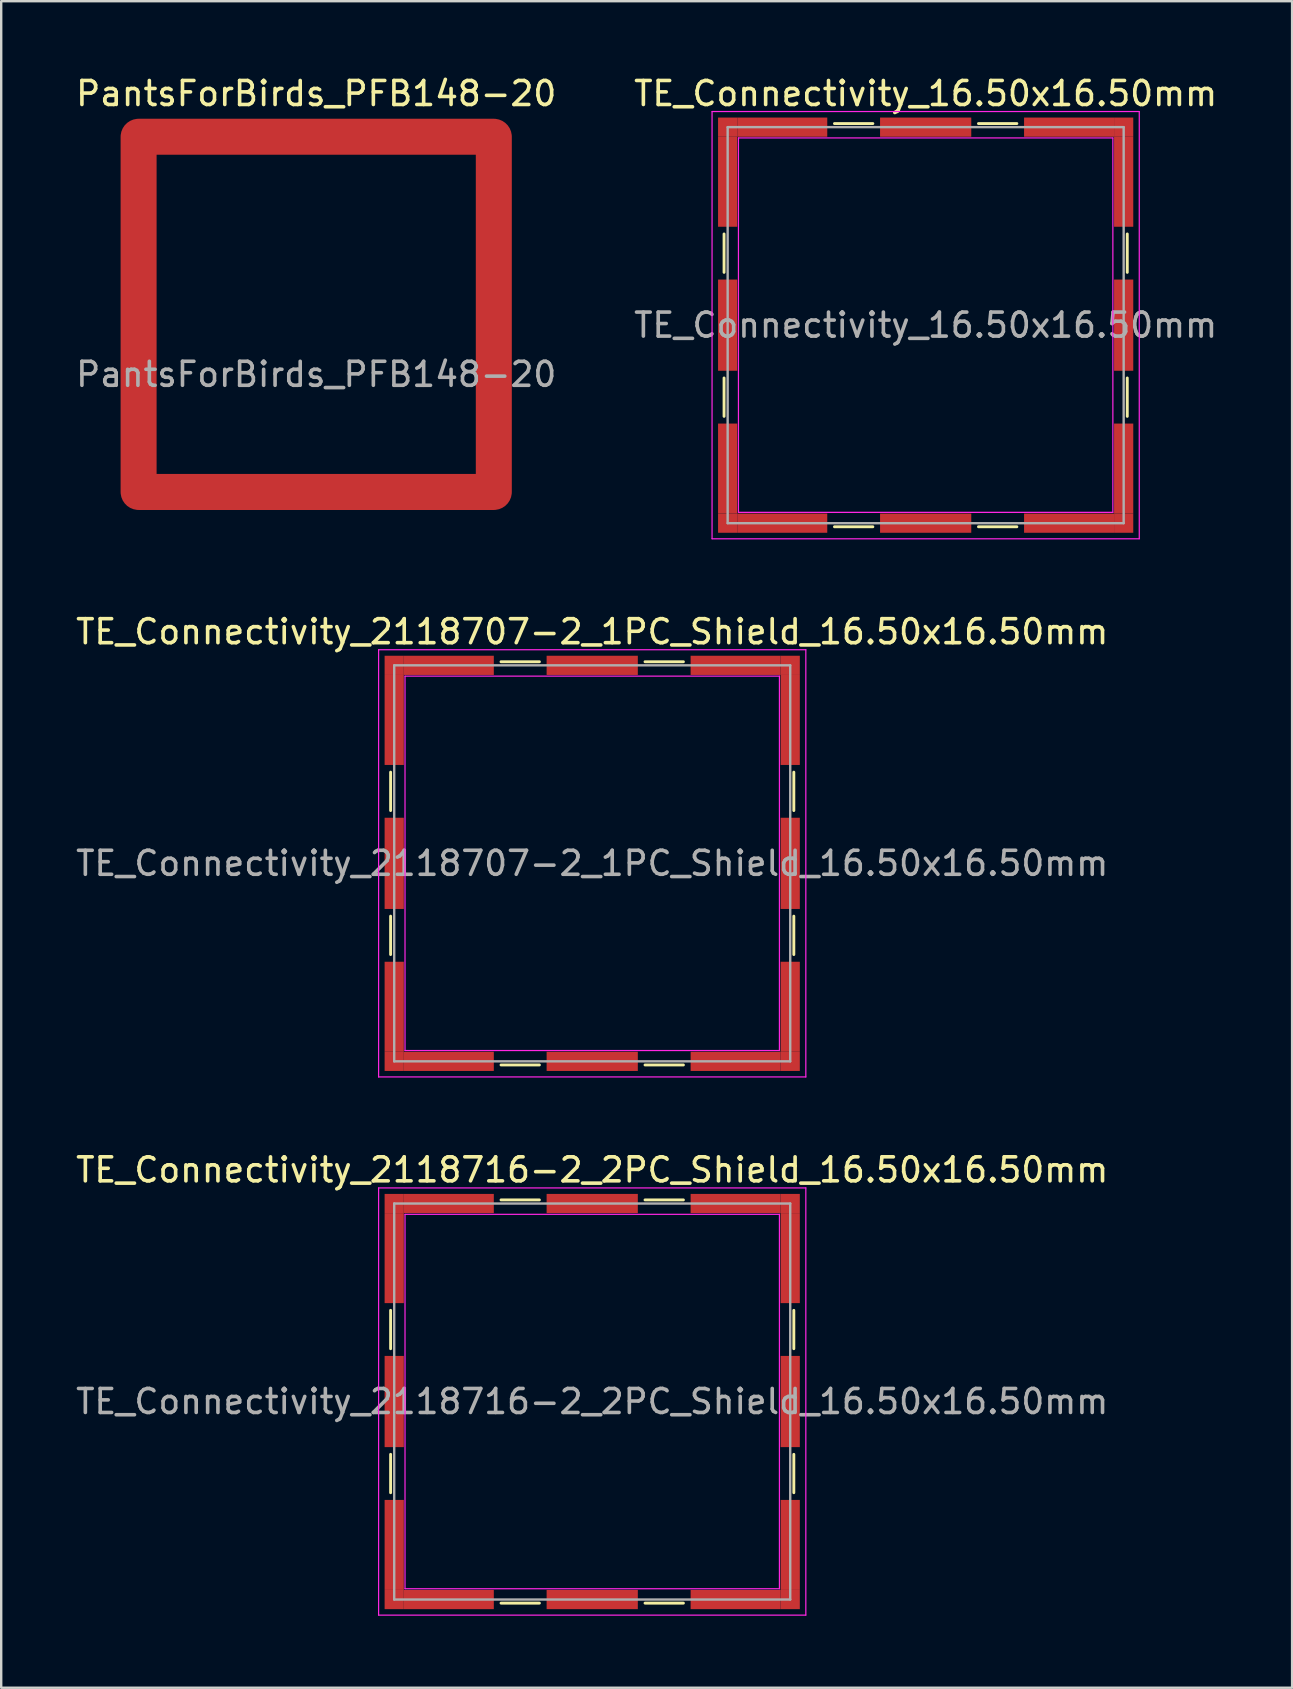
<source format=kicad_pcb>
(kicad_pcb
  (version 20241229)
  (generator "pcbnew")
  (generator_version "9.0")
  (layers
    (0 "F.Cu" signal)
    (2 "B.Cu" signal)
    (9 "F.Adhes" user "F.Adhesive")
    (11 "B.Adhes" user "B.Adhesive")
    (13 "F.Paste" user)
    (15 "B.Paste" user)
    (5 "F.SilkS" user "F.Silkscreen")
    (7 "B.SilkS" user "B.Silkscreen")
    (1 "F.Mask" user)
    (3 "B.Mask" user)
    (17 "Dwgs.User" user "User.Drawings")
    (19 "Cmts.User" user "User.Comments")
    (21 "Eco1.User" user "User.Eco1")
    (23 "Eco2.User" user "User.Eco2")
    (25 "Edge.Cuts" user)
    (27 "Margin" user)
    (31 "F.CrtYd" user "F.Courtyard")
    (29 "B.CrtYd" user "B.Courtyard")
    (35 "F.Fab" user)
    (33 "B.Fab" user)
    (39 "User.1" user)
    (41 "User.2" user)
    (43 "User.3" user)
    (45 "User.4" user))
  (footprint "TE_Connectivity_16.50x16.50mm"
    (layer "F.Cu")
    (at 35.518 10.498)
    (property "Reference" "TE_Connectivity_16.50x16.50mm" (at 0 -9.65 0) (layer "F.SilkS") (effects (font (size 1 1) (thickness 0.15))))
    (attr smd)
    (fp_line (start -8.4 -3.8) (end -8.4 -2.2) (stroke (width 0.12) (type solid)) (layer "F.SilkS"))
    (fp_line (start -8.4 2.2) (end -8.4 3.8) (stroke (width 0.12) (type solid)) (layer "F.SilkS"))
    (fp_line (start -3.8 -8.4) (end -2.2 -8.4) (stroke (width 0.12) (type solid)) (layer "F.SilkS"))
    (fp_line (start -3.8 8.4) (end -2.2 8.4) (stroke (width 0.12) (type solid)) (layer "F.SilkS"))
    (fp_line (start 2.2 -8.4) (end 3.8 -8.4) (stroke (width 0.12) (type solid)) (layer "F.SilkS"))
    (fp_line (start 2.2 8.4) (end 3.8 8.4) (stroke (width 0.12) (type solid)) (layer "F.SilkS"))
    (fp_line (start 8.4 -3.8) (end 8.4 -2.2) (stroke (width 0.12) (type solid)) (layer "F.SilkS"))
    (fp_line (start 8.4 2.2) (end 8.4 3.8) (stroke (width 0.12) (type solid)) (layer "F.SilkS"))
    (fp_line (start -8.9 -8.9) (end -8.9 8.9) (stroke (width 0.05) (type solid)) (layer "F.CrtYd"))
    (fp_line (start -8.9 8.9) (end 8.9 8.9) (stroke (width 0.05) (type solid)) (layer "F.CrtYd"))
    (fp_line (start -7.8 -7.8) (end -7.8 7.8) (stroke (width 0.05) (type solid)) (layer "F.CrtYd"))
    (fp_line (start 7.8 -7.8) (end -7.8 -7.8) (stroke (width 0.05) (type solid)) (layer "F.CrtYd"))
    (fp_line (start 7.8 -7.8) (end 7.8 7.8) (stroke (width 0.05) (type solid)) (layer "F.CrtYd"))
    (fp_line (start 7.8 7.8) (end -7.8 7.8) (stroke (width 0.05) (type solid)) (layer "F.CrtYd"))
    (fp_line (start 8.9 -8.9) (end -8.9 -8.9) (stroke (width 0.05) (type solid)) (layer "F.CrtYd"))
    (fp_line (start 8.9 8.9) (end 8.9 -8.9) (stroke (width 0.05) (type solid)) (layer "F.CrtYd"))
    (fp_line (start -8.25 -8.25) (end -8.25 8.25) (stroke (width 0.1) (type solid)) (layer "F.Fab"))
    (fp_line (start -8.25 8.25) (end 8.25 8.25) (stroke (width 0.1) (type solid)) (layer "F.Fab"))
    (fp_line (start 8.25 -8.25) (end -8.25 -8.25) (stroke (width 0.1) (type solid)) (layer "F.Fab"))
    (fp_line (start 8.25 8.25) (end 8.25 -8.25) (stroke (width 0.1) (type solid)) (layer "F.Fab"))
    (fp_text user "${REFERENCE}" (at 0 0 0) (layer "F.Fab") (effects (font (size 1 1) (thickness 0.15))))
    (pad "1" smd rect (at -8.25 -8.25) (size 0.8 0.8) (layers "F.Cu" "F.Mask" "F.Paste"))
    (pad "1" smd rect (at -8.25 -5.975) (size 0.8 3.75) (layers "F.Cu" "F.Mask" "F.Paste"))
    (pad "1" smd rect (at -8.25 0) (size 0.8 3.8) (layers "F.Cu" "F.Mask" "F.Paste"))
    (pad "1" smd rect (at -8.25 5.975) (size 0.8 3.75) (layers "F.Cu" "F.Mask" "F.Paste"))
    (pad "1" smd rect (at -8.25 8.25) (size 0.8 0.8) (layers "F.Cu" "F.Mask" "F.Paste"))
    (pad "1" smd rect (at -5.975 -8.25) (size 3.75 0.8) (layers "F.Cu" "F.Mask" "F.Paste"))
    (pad "1" smd rect (at -5.975 8.25) (size 3.75 0.8) (layers "F.Cu" "F.Mask" "F.Paste"))
    (pad "1" smd rect (at 0 -8.25 90) (size 0.8 3.8) (layers "F.Cu" "F.Mask" "F.Paste"))
    (pad "1" smd rect (at 0 8.25 90) (size 0.8 3.8) (layers "F.Cu" "F.Mask" "F.Paste"))
    (pad "1" smd rect (at 5.975 -8.25) (size 3.75 0.8) (layers "F.Cu" "F.Mask" "F.Paste"))
    (pad "1" smd rect (at 5.975 8.25) (size 3.75 0.8) (layers "F.Cu" "F.Mask" "F.Paste"))
    (pad "1" smd rect (at 8.25 -8.25) (size 0.8 0.8) (layers "F.Cu" "F.Mask" "F.Paste"))
    (pad "1" smd rect (at 8.25 -5.975) (size 0.8 3.75) (layers "F.Cu" "F.Mask" "F.Paste"))
    (pad "1" smd rect (at 8.25 0) (size 0.8 3.8) (layers "F.Cu" "F.Mask" "F.Paste"))
    (pad "1" smd rect (at 8.25 5.975) (size 0.8 3.75) (layers "F.Cu" "F.Mask" "F.Paste"))
    (pad "1" smd rect (at 8.25 8.25) (size 0.8 0.8) (layers "F.Cu" "F.Mask" "F.Paste")))
  (footprint "PantsForBirds_PFB148-20"
    (layer "F.Cu")
    (at 10.125 10.048)
    (property "Reference" "PantsForBirds_PFB148-20" (at 0 -9.2 0) (unlocked yes) (layer "F.SilkS") (effects (font (size 1 1) (thickness 0.15))))
    (attr smd)
    (fp_text user "${REFERENCE}" (at 0 2.5 0) (unlocked yes) (layer "F.Fab") (effects (font (size 1 1) (thickness 0.15))))
    (pad "1" smd custom (at 0 -7.4) (size 0.6 0.7) (layers "F.Cu" "F.Mask" "F.Paste") (options (anchor rect)) (primitives (gr_rect (start -7.4 0) (end 7.4 14.8) (width 1.5) (fill no)))))
  (footprint "TE_Connectivity_2118716-2_2PC_Shield_16.50x16.50mm"
    (layer "F.Cu")
    (at 21.625 55.345)
    (property "Reference" "TE_Connectivity_2118716-2_2PC_Shield_16.50x16.50mm" (at 0 -9.65 0) (layer "F.SilkS") (effects (font (size 1 1) (thickness 0.15))))
    (attr smd)
    (fp_line (start -8.4 -3.8) (end -8.4 -2.2) (stroke (width 0.12) (type solid)) (layer "F.SilkS"))
    (fp_line (start -8.4 2.2) (end -8.4 3.8) (stroke (width 0.12) (type solid)) (layer "F.SilkS"))
    (fp_line (start -3.8 -8.4) (end -2.2 -8.4) (stroke (width 0.12) (type solid)) (layer "F.SilkS"))
    (fp_line (start -3.8 8.4) (end -2.2 8.4) (stroke (width 0.12) (type solid)) (layer "F.SilkS"))
    (fp_line (start 2.2 -8.4) (end 3.8 -8.4) (stroke (width 0.12) (type solid)) (layer "F.SilkS"))
    (fp_line (start 2.2 8.4) (end 3.8 8.4) (stroke (width 0.12) (type solid)) (layer "F.SilkS"))
    (fp_line (start 8.4 -3.8) (end 8.4 -2.2) (stroke (width 0.12) (type solid)) (layer "F.SilkS"))
    (fp_line (start 8.4 2.2) (end 8.4 3.8) (stroke (width 0.12) (type solid)) (layer "F.SilkS"))
    (fp_line (start -8.9 -8.9) (end -8.9 8.9) (stroke (width 0.05) (type solid)) (layer "F.CrtYd"))
    (fp_line (start -8.9 8.9) (end 8.9 8.9) (stroke (width 0.05) (type solid)) (layer "F.CrtYd"))
    (fp_line (start -7.8 -7.8) (end -7.8 7.8) (stroke (width 0.05) (type solid)) (layer "F.CrtYd"))
    (fp_line (start 7.8 -7.8) (end -7.8 -7.8) (stroke (width 0.05) (type solid)) (layer "F.CrtYd"))
    (fp_line (start 7.8 -7.8) (end 7.8 7.8) (stroke (width 0.05) (type solid)) (layer "F.CrtYd"))
    (fp_line (start 7.8 7.8) (end -7.8 7.8) (stroke (width 0.05) (type solid)) (layer "F.CrtYd"))
    (fp_line (start 8.9 -8.9) (end -8.9 -8.9) (stroke (width 0.05) (type solid)) (layer "F.CrtYd"))
    (fp_line (start 8.9 8.9) (end 8.9 -8.9) (stroke (width 0.05) (type solid)) (layer "F.CrtYd"))
    (fp_line (start -8.25 -8.25) (end -8.25 8.25) (stroke (width 0.1) (type solid)) (layer "F.Fab"))
    (fp_line (start -8.25 8.25) (end 8.25 8.25) (stroke (width 0.1) (type solid)) (layer "F.Fab"))
    (fp_line (start 8.25 -8.25) (end -8.25 -8.25) (stroke (width 0.1) (type solid)) (layer "F.Fab"))
    (fp_line (start 8.25 8.25) (end 8.25 -8.25) (stroke (width 0.1) (type solid)) (layer "F.Fab"))
    (fp_text user "${REFERENCE}" (at 0 0 0) (layer "F.Fab") (effects (font (size 1 1) (thickness 0.15))))
    (pad "1" smd rect (at -8.25 -8.25) (size 0.8 0.8) (layers "F.Cu" "F.Mask" "F.Paste"))
    (pad "1" smd rect (at -8.25 -5.975) (size 0.8 3.75) (layers "F.Cu" "F.Mask" "F.Paste"))
    (pad "1" smd rect (at -8.25 0) (size 0.8 3.8) (layers "F.Cu" "F.Mask" "F.Paste"))
    (pad "1" smd rect (at -8.25 5.975) (size 0.8 3.75) (layers "F.Cu" "F.Mask" "F.Paste"))
    (pad "1" smd rect (at -8.25 8.25) (size 0.8 0.8) (layers "F.Cu" "F.Mask" "F.Paste"))
    (pad "1" smd rect (at -5.975 -8.25) (size 3.75 0.8) (layers "F.Cu" "F.Mask" "F.Paste"))
    (pad "1" smd rect (at -5.975 8.25) (size 3.75 0.8) (layers "F.Cu" "F.Mask" "F.Paste"))
    (pad "1" smd rect (at 0 -8.25 90) (size 0.8 3.8) (layers "F.Cu" "F.Mask" "F.Paste"))
    (pad "1" smd rect (at 0 8.25 90) (size 0.8 3.8) (layers "F.Cu" "F.Mask" "F.Paste"))
    (pad "1" smd rect (at 5.975 -8.25) (size 3.75 0.8) (layers "F.Cu" "F.Mask" "F.Paste"))
    (pad "1" smd rect (at 5.975 8.25) (size 3.75 0.8) (layers "F.Cu" "F.Mask" "F.Paste"))
    (pad "1" smd rect (at 8.25 -8.25) (size 0.8 0.8) (layers "F.Cu" "F.Mask" "F.Paste"))
    (pad "1" smd rect (at 8.25 -5.975) (size 0.8 3.75) (layers "F.Cu" "F.Mask" "F.Paste"))
    (pad "1" smd rect (at 8.25 0) (size 0.8 3.8) (layers "F.Cu" "F.Mask" "F.Paste"))
    (pad "1" smd rect (at 8.25 5.975) (size 0.8 3.75) (layers "F.Cu" "F.Mask" "F.Paste"))
    (pad "1" smd rect (at 8.25 8.25) (size 0.8 0.8) (layers "F.Cu" "F.Mask" "F.Paste")))
  (footprint "TE_Connectivity_2118707-2_1PC_Shield_16.50x16.50mm"
    (layer "F.Cu")
    (at 21.625 32.922)
    (property "Reference" "TE_Connectivity_2118707-2_1PC_Shield_16.50x16.50mm" (at 0 -9.65 0) (layer "F.SilkS") (effects (font (size 1 1) (thickness 0.15))))
    (attr smd)
    (fp_line (start -8.4 -3.8) (end -8.4 -2.2) (stroke (width 0.12) (type solid)) (layer "F.SilkS"))
    (fp_line (start -8.4 2.2) (end -8.4 3.8) (stroke (width 0.12) (type solid)) (layer "F.SilkS"))
    (fp_line (start -3.8 -8.4) (end -2.2 -8.4) (stroke (width 0.12) (type solid)) (layer "F.SilkS"))
    (fp_line (start -3.8 8.4) (end -2.2 8.4) (stroke (width 0.12) (type solid)) (layer "F.SilkS"))
    (fp_line (start 2.2 -8.4) (end 3.8 -8.4) (stroke (width 0.12) (type solid)) (layer "F.SilkS"))
    (fp_line (start 2.2 8.4) (end 3.8 8.4) (stroke (width 0.12) (type solid)) (layer "F.SilkS"))
    (fp_line (start 8.4 -3.8) (end 8.4 -2.2) (stroke (width 0.12) (type solid)) (layer "F.SilkS"))
    (fp_line (start 8.4 2.2) (end 8.4 3.8) (stroke (width 0.12) (type solid)) (layer "F.SilkS"))
    (fp_line (start -8.9 -8.9) (end -8.9 8.9) (stroke (width 0.05) (type solid)) (layer "F.CrtYd"))
    (fp_line (start -8.9 8.9) (end 8.9 8.9) (stroke (width 0.05) (type solid)) (layer "F.CrtYd"))
    (fp_line (start -7.8 -7.8) (end -7.8 7.8) (stroke (width 0.05) (type solid)) (layer "F.CrtYd"))
    (fp_line (start 7.8 -7.8) (end -7.8 -7.8) (stroke (width 0.05) (type solid)) (layer "F.CrtYd"))
    (fp_line (start 7.8 -7.8) (end 7.8 7.8) (stroke (width 0.05) (type solid)) (layer "F.CrtYd"))
    (fp_line (start 7.8 7.8) (end -7.8 7.8) (stroke (width 0.05) (type solid)) (layer "F.CrtYd"))
    (fp_line (start 8.9 -8.9) (end -8.9 -8.9) (stroke (width 0.05) (type solid)) (layer "F.CrtYd"))
    (fp_line (start 8.9 8.9) (end 8.9 -8.9) (stroke (width 0.05) (type solid)) (layer "F.CrtYd"))
    (fp_line (start -8.25 -8.25) (end -8.25 8.25) (stroke (width 0.1) (type solid)) (layer "F.Fab"))
    (fp_line (start -8.25 8.25) (end 8.25 8.25) (stroke (width 0.1) (type solid)) (layer "F.Fab"))
    (fp_line (start 8.25 -8.25) (end -8.25 -8.25) (stroke (width 0.1) (type solid)) (layer "F.Fab"))
    (fp_line (start 8.25 8.25) (end 8.25 -8.25) (stroke (width 0.1) (type solid)) (layer "F.Fab"))
    (fp_text user "${REFERENCE}" (at 0 0 0) (layer "F.Fab") (effects (font (size 1 1) (thickness 0.15))))
    (pad "1" smd rect (at -8.25 -8.25) (size 0.8 0.8) (layers "F.Cu" "F.Mask" "F.Paste"))
    (pad "1" smd rect (at -8.25 -5.975) (size 0.8 3.75) (layers "F.Cu" "F.Mask" "F.Paste"))
    (pad "1" smd rect (at -8.25 0) (size 0.8 3.8) (layers "F.Cu" "F.Mask" "F.Paste"))
    (pad "1" smd rect (at -8.25 5.975) (size 0.8 3.75) (layers "F.Cu" "F.Mask" "F.Paste"))
    (pad "1" smd rect (at -8.25 8.25) (size 0.8 0.8) (layers "F.Cu" "F.Mask" "F.Paste"))
    (pad "1" smd rect (at -5.975 -8.25) (size 3.75 0.8) (layers "F.Cu" "F.Mask" "F.Paste"))
    (pad "1" smd rect (at -5.975 8.25) (size 3.75 0.8) (layers "F.Cu" "F.Mask" "F.Paste"))
    (pad "1" smd rect (at 0 -8.25 90) (size 0.8 3.8) (layers "F.Cu" "F.Mask" "F.Paste"))
    (pad "1" smd rect (at 0 8.25 90) (size 0.8 3.8) (layers "F.Cu" "F.Mask" "F.Paste"))
    (pad "1" smd rect (at 5.975 -8.25) (size 3.75 0.8) (layers "F.Cu" "F.Mask" "F.Paste"))
    (pad "1" smd rect (at 5.975 8.25) (size 3.75 0.8) (layers "F.Cu" "F.Mask" "F.Paste"))
    (pad "1" smd rect (at 8.25 -8.25) (size 0.8 0.8) (layers "F.Cu" "F.Mask" "F.Paste"))
    (pad "1" smd rect (at 8.25 -5.975) (size 0.8 3.75) (layers "F.Cu" "F.Mask" "F.Paste"))
    (pad "1" smd rect (at 8.25 0) (size 0.8 3.8) (layers "F.Cu" "F.Mask" "F.Paste"))
    (pad "1" smd rect (at 8.25 5.975) (size 0.8 3.75) (layers "F.Cu" "F.Mask" "F.Paste"))
    (pad "1" smd rect (at 8.25 8.25) (size 0.8 0.8) (layers "F.Cu" "F.Mask" "F.Paste")))
  (gr_rect
    (start -3 -3)
    (end 50.786 67.27)
    (stroke (width 0.1) (type default))
    (fill no)
    (layer "Edge.Cuts")))
</source>
